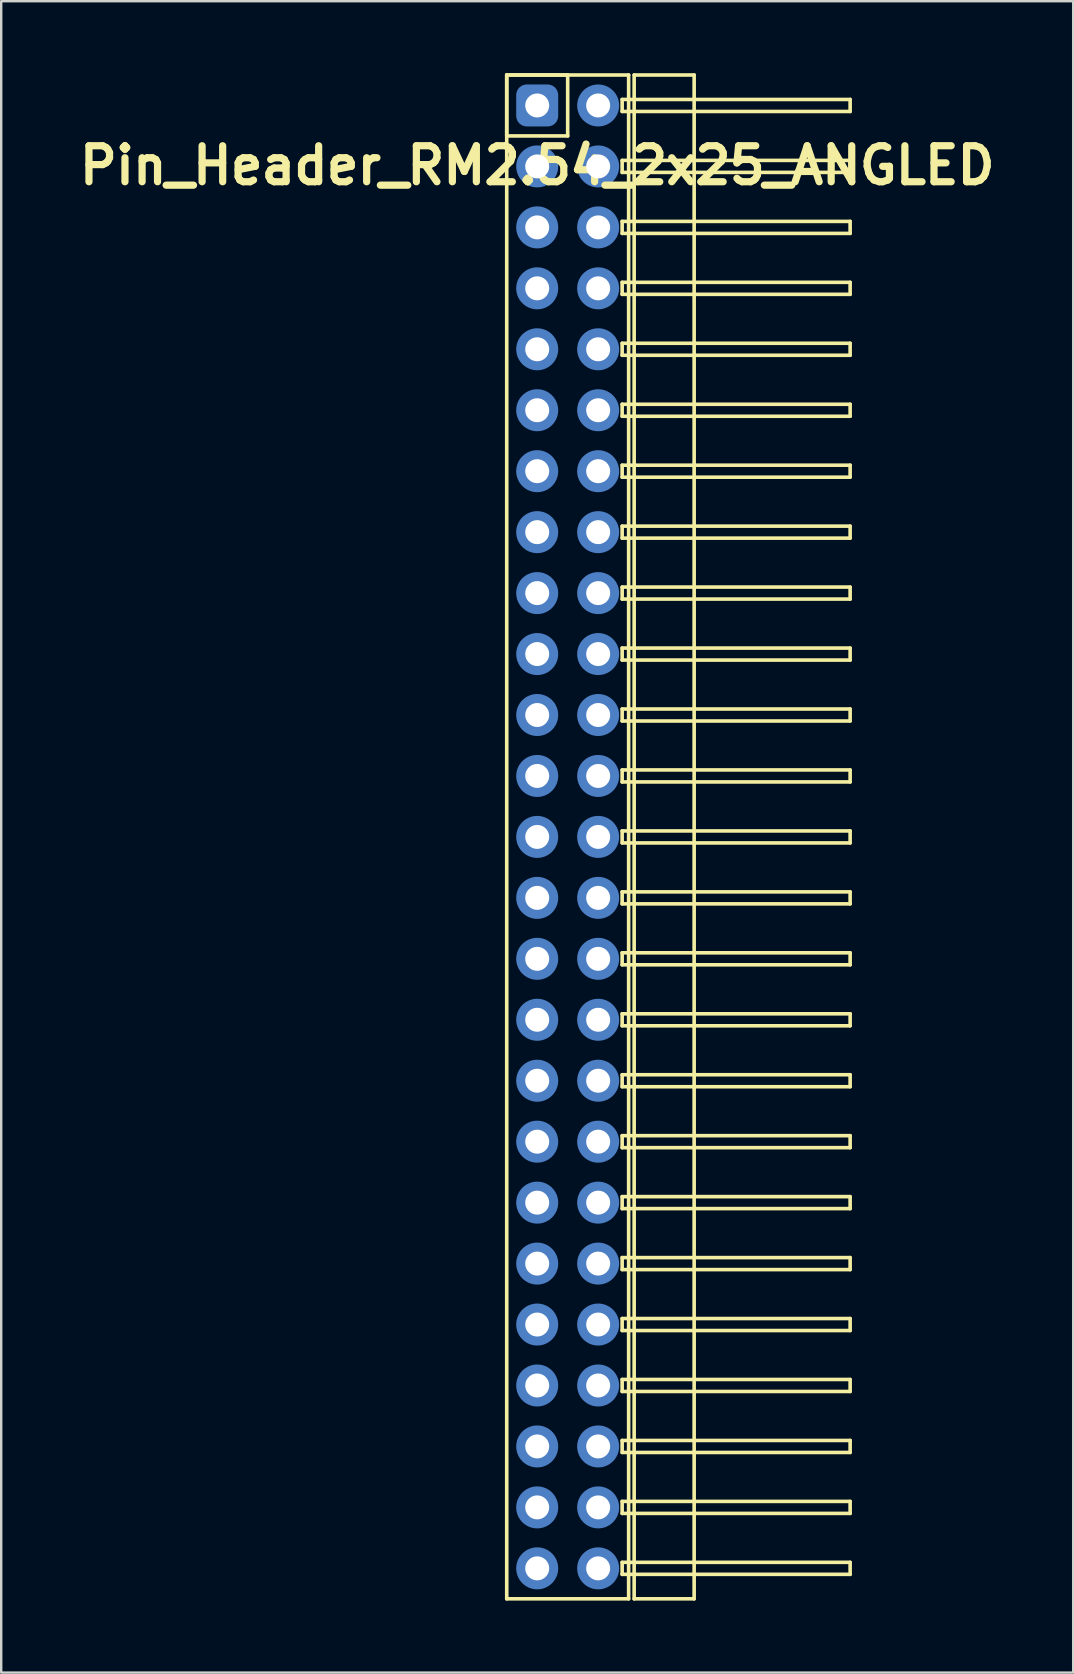
<source format=kicad_pcb>
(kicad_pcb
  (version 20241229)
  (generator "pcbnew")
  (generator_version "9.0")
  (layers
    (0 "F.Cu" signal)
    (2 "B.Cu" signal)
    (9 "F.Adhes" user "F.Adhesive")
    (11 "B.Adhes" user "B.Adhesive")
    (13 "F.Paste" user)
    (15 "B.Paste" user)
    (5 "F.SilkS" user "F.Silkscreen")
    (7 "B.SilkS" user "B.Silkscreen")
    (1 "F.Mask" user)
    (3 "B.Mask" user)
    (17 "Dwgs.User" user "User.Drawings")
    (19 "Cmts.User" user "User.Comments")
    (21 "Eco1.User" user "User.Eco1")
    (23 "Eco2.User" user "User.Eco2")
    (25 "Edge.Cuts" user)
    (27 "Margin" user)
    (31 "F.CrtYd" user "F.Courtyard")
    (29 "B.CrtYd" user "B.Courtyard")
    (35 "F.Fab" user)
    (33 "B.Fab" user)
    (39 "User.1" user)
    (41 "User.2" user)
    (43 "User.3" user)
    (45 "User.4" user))
  (footprint "Pin_Header_RM2.54_2x25_ANGLED"
    (layer "F.Cu")
    (at 19.336 1.345)
    (property "Reference" "Pin_Header_RM2.54_2x25_ANGLED" (at 0 2.5 0) (layer "F.SilkS") (effects (font (size 1.5 1.5) (thickness 0.3))))
    (attr through_hole)
    (fp_line (start -1.27 -1.27) (end 1.27 -1.27) (stroke (width 0.15) (type solid)) (layer "F.SilkS"))
    (fp_line (start -1.27 -1.27) (end 3.81 -1.27) (stroke (width 0.15) (type solid)) (layer "F.SilkS"))
    (fp_line (start -1.27 1.27) (end -1.27 -1.27) (stroke (width 0.15) (type solid)) (layer "F.SilkS"))
    (fp_line (start -1.27 62.23) (end -1.27 -1.27) (stroke (width 0.15) (type solid)) (layer "F.SilkS"))
    (fp_line (start 1.27 -1.27) (end 1.27 1.27) (stroke (width 0.15) (type solid)) (layer "F.SilkS"))
    (fp_line (start 1.27 1.27) (end -1.27 1.27) (stroke (width 0.15) (type solid)) (layer "F.SilkS"))
    (fp_line (start 3.54 -0.25) (end 13.04 -0.25) (stroke (width 0.15) (type solid)) (layer "F.SilkS"))
    (fp_line (start 3.54 0.25) (end 3.54 -0.25) (stroke (width 0.15) (type solid)) (layer "F.SilkS"))
    (fp_line (start 3.54 2.29) (end 13.04 2.29) (stroke (width 0.15) (type solid)) (layer "F.SilkS"))
    (fp_line (start 3.54 2.79) (end 3.54 2.29) (stroke (width 0.15) (type solid)) (layer "F.SilkS"))
    (fp_line (start 3.54 4.83) (end 13.04 4.83) (stroke (width 0.15) (type solid)) (layer "F.SilkS"))
    (fp_line (start 3.54 5.33) (end 3.54 4.83) (stroke (width 0.15) (type solid)) (layer "F.SilkS"))
    (fp_line (start 3.54 7.37) (end 13.04 7.37) (stroke (width 0.15) (type solid)) (layer "F.SilkS"))
    (fp_line (start 3.54 7.87) (end 3.54 7.37) (stroke (width 0.15) (type solid)) (layer "F.SilkS"))
    (fp_line (start 3.54 9.91) (end 13.04 9.91) (stroke (width 0.15) (type solid)) (layer "F.SilkS"))
    (fp_line (start 3.54 10.41) (end 3.54 9.91) (stroke (width 0.15) (type solid)) (layer "F.SilkS"))
    (fp_line (start 3.54 12.45) (end 13.04 12.45) (stroke (width 0.15) (type solid)) (layer "F.SilkS"))
    (fp_line (start 3.54 12.95) (end 3.54 12.45) (stroke (width 0.15) (type solid)) (layer "F.SilkS"))
    (fp_line (start 3.54 14.99) (end 13.04 14.99) (stroke (width 0.15) (type solid)) (layer "F.SilkS"))
    (fp_line (start 3.54 15.49) (end 3.54 14.99) (stroke (width 0.15) (type solid)) (layer "F.SilkS"))
    (fp_line (start 3.54 17.53) (end 13.04 17.53) (stroke (width 0.15) (type solid)) (layer "F.SilkS"))
    (fp_line (start 3.54 18.03) (end 3.54 17.53) (stroke (width 0.15) (type solid)) (layer "F.SilkS"))
    (fp_line (start 3.54 20.07) (end 13.04 20.07) (stroke (width 0.15) (type solid)) (layer "F.SilkS"))
    (fp_line (start 3.54 20.57) (end 3.54 20.07) (stroke (width 0.15) (type solid)) (layer "F.SilkS"))
    (fp_line (start 3.54 22.61) (end 13.04 22.61) (stroke (width 0.15) (type solid)) (layer "F.SilkS"))
    (fp_line (start 3.54 23.11) (end 3.54 22.61) (stroke (width 0.15) (type solid)) (layer "F.SilkS"))
    (fp_line (start 3.54 25.15) (end 13.04 25.15) (stroke (width 0.15) (type solid)) (layer "F.SilkS"))
    (fp_line (start 3.54 25.65) (end 3.54 25.15) (stroke (width 0.15) (type solid)) (layer "F.SilkS"))
    (fp_line (start 3.54 27.69) (end 13.04 27.69) (stroke (width 0.15) (type solid)) (layer "F.SilkS"))
    (fp_line (start 3.54 28.19) (end 3.54 27.69) (stroke (width 0.15) (type solid)) (layer "F.SilkS"))
    (fp_line (start 3.54 30.23) (end 13.04 30.23) (stroke (width 0.15) (type solid)) (layer "F.SilkS"))
    (fp_line (start 3.54 30.73) (end 3.54 30.23) (stroke (width 0.15) (type solid)) (layer "F.SilkS"))
    (fp_line (start 3.54 32.77) (end 13.04 32.77) (stroke (width 0.15) (type solid)) (layer "F.SilkS"))
    (fp_line (start 3.54 33.27) (end 3.54 32.77) (stroke (width 0.15) (type solid)) (layer "F.SilkS"))
    (fp_line (start 3.54 35.31) (end 13.04 35.31) (stroke (width 0.15) (type solid)) (layer "F.SilkS"))
    (fp_line (start 3.54 35.81) (end 3.54 35.31) (stroke (width 0.15) (type solid)) (layer "F.SilkS"))
    (fp_line (start 3.54 37.85) (end 13.04 37.85) (stroke (width 0.15) (type solid)) (layer "F.SilkS"))
    (fp_line (start 3.54 38.35) (end 3.54 37.85) (stroke (width 0.15) (type solid)) (layer "F.SilkS"))
    (fp_line (start 3.54 40.39) (end 13.04 40.39) (stroke (width 0.15) (type solid)) (layer "F.SilkS"))
    (fp_line (start 3.54 40.89) (end 3.54 40.39) (stroke (width 0.15) (type solid)) (layer "F.SilkS"))
    (fp_line (start 3.54 42.93) (end 13.04 42.93) (stroke (width 0.15) (type solid)) (layer "F.SilkS"))
    (fp_line (start 3.54 43.43) (end 3.54 42.93) (stroke (width 0.15) (type solid)) (layer "F.SilkS"))
    (fp_line (start 3.54 45.47) (end 13.04 45.47) (stroke (width 0.15) (type solid)) (layer "F.SilkS"))
    (fp_line (start 3.54 45.97) (end 3.54 45.47) (stroke (width 0.15) (type solid)) (layer "F.SilkS"))
    (fp_line (start 3.54 48.01) (end 13.04 48.01) (stroke (width 0.15) (type solid)) (layer "F.SilkS"))
    (fp_line (start 3.54 48.51) (end 3.54 48.01) (stroke (width 0.15) (type solid)) (layer "F.SilkS"))
    (fp_line (start 3.54 50.55) (end 13.04 50.55) (stroke (width 0.15) (type solid)) (layer "F.SilkS"))
    (fp_line (start 3.54 51.05) (end 3.54 50.55) (stroke (width 0.15) (type solid)) (layer "F.SilkS"))
    (fp_line (start 3.54 53.09) (end 13.04 53.09) (stroke (width 0.15) (type solid)) (layer "F.SilkS"))
    (fp_line (start 3.54 53.59) (end 3.54 53.09) (stroke (width 0.15) (type solid)) (layer "F.SilkS"))
    (fp_line (start 3.54 55.63) (end 13.04 55.63) (stroke (width 0.15) (type solid)) (layer "F.SilkS"))
    (fp_line (start 3.54 56.13) (end 3.54 55.63) (stroke (width 0.15) (type solid)) (layer "F.SilkS"))
    (fp_line (start 3.54 58.17) (end 13.04 58.17) (stroke (width 0.15) (type solid)) (layer "F.SilkS"))
    (fp_line (start 3.54 58.67) (end 3.54 58.17) (stroke (width 0.15) (type solid)) (layer "F.SilkS"))
    (fp_line (start 3.54 60.71) (end 13.04 60.71) (stroke (width 0.15) (type solid)) (layer "F.SilkS"))
    (fp_line (start 3.54 61.21) (end 3.54 60.71) (stroke (width 0.15) (type solid)) (layer "F.SilkS"))
    (fp_line (start 3.81 -1.27) (end 3.81 62.23) (stroke (width 0.15) (type solid)) (layer "F.SilkS"))
    (fp_line (start 3.81 62.23) (end -1.27 62.23) (stroke (width 0.15) (type solid)) (layer "F.SilkS"))
    (fp_line (start 4.04 -1.27) (end 6.54 -1.27) (stroke (width 0.15) (type solid)) (layer "F.SilkS"))
    (fp_line (start 4.04 62.23) (end 4.04 -1.27) (stroke (width 0.15) (type solid)) (layer "F.SilkS"))
    (fp_line (start 6.54 -1.27) (end 6.54 62.23) (stroke (width 0.15) (type solid)) (layer "F.SilkS"))
    (fp_line (start 6.54 62.23) (end 4.04 62.23) (stroke (width 0.15) (type solid)) (layer "F.SilkS"))
    (fp_line (start 13.04 -0.25) (end 13.04 0.25) (stroke (width 0.15) (type solid)) (layer "F.SilkS"))
    (fp_line (start 13.04 0.25) (end 3.54 0.25) (stroke (width 0.15) (type solid)) (layer "F.SilkS"))
    (fp_line (start 13.04 2.29) (end 13.04 2.79) (stroke (width 0.15) (type solid)) (layer "F.SilkS"))
    (fp_line (start 13.04 2.79) (end 3.54 2.79) (stroke (width 0.15) (type solid)) (layer "F.SilkS"))
    (fp_line (start 13.04 4.83) (end 13.04 5.33) (stroke (width 0.15) (type solid)) (layer "F.SilkS"))
    (fp_line (start 13.04 5.33) (end 3.54 5.33) (stroke (width 0.15) (type solid)) (layer "F.SilkS"))
    (fp_line (start 13.04 7.37) (end 13.04 7.87) (stroke (width 0.15) (type solid)) (layer "F.SilkS"))
    (fp_line (start 13.04 7.87) (end 3.54 7.87) (stroke (width 0.15) (type solid)) (layer "F.SilkS"))
    (fp_line (start 13.04 9.91) (end 13.04 10.41) (stroke (width 0.15) (type solid)) (layer "F.SilkS"))
    (fp_line (start 13.04 10.41) (end 3.54 10.41) (stroke (width 0.15) (type solid)) (layer "F.SilkS"))
    (fp_line (start 13.04 12.45) (end 13.04 12.95) (stroke (width 0.15) (type solid)) (layer "F.SilkS"))
    (fp_line (start 13.04 12.95) (end 3.54 12.95) (stroke (width 0.15) (type solid)) (layer "F.SilkS"))
    (fp_line (start 13.04 14.99) (end 13.04 15.49) (stroke (width 0.15) (type solid)) (layer "F.SilkS"))
    (fp_line (start 13.04 15.49) (end 3.54 15.49) (stroke (width 0.15) (type solid)) (layer "F.SilkS"))
    (fp_line (start 13.04 17.53) (end 13.04 18.03) (stroke (width 0.15) (type solid)) (layer "F.SilkS"))
    (fp_line (start 13.04 18.03) (end 3.54 18.03) (stroke (width 0.15) (type solid)) (layer "F.SilkS"))
    (fp_line (start 13.04 20.07) (end 13.04 20.57) (stroke (width 0.15) (type solid)) (layer "F.SilkS"))
    (fp_line (start 13.04 20.57) (end 3.54 20.57) (stroke (width 0.15) (type solid)) (layer "F.SilkS"))
    (fp_line (start 13.04 22.61) (end 13.04 23.11) (stroke (width 0.15) (type solid)) (layer "F.SilkS"))
    (fp_line (start 13.04 23.11) (end 3.54 23.11) (stroke (width 0.15) (type solid)) (layer "F.SilkS"))
    (fp_line (start 13.04 25.15) (end 13.04 25.65) (stroke (width 0.15) (type solid)) (layer "F.SilkS"))
    (fp_line (start 13.04 25.65) (end 3.54 25.65) (stroke (width 0.15) (type solid)) (layer "F.SilkS"))
    (fp_line (start 13.04 27.69) (end 13.04 28.19) (stroke (width 0.15) (type solid)) (layer "F.SilkS"))
    (fp_line (start 13.04 28.19) (end 3.54 28.19) (stroke (width 0.15) (type solid)) (layer "F.SilkS"))
    (fp_line (start 13.04 30.23) (end 13.04 30.73) (stroke (width 0.15) (type solid)) (layer "F.SilkS"))
    (fp_line (start 13.04 30.73) (end 3.54 30.73) (stroke (width 0.15) (type solid)) (layer "F.SilkS"))
    (fp_line (start 13.04 32.77) (end 13.04 33.27) (stroke (width 0.15) (type solid)) (layer "F.SilkS"))
    (fp_line (start 13.04 33.27) (end 3.54 33.27) (stroke (width 0.15) (type solid)) (layer "F.SilkS"))
    (fp_line (start 13.04 35.31) (end 13.04 35.81) (stroke (width 0.15) (type solid)) (layer "F.SilkS"))
    (fp_line (start 13.04 35.81) (end 3.54 35.81) (stroke (width 0.15) (type solid)) (layer "F.SilkS"))
    (fp_line (start 13.04 37.85) (end 13.04 38.35) (stroke (width 0.15) (type solid)) (layer "F.SilkS"))
    (fp_line (start 13.04 38.35) (end 3.54 38.35) (stroke (width 0.15) (type solid)) (layer "F.SilkS"))
    (fp_line (start 13.04 40.39) (end 13.04 40.89) (stroke (width 0.15) (type solid)) (layer "F.SilkS"))
    (fp_line (start 13.04 40.89) (end 3.54 40.89) (stroke (width 0.15) (type solid)) (layer "F.SilkS"))
    (fp_line (start 13.04 42.93) (end 13.04 43.43) (stroke (width 0.15) (type solid)) (layer "F.SilkS"))
    (fp_line (start 13.04 43.43) (end 3.54 43.43) (stroke (width 0.15) (type solid)) (layer "F.SilkS"))
    (fp_line (start 13.04 45.47) (end 13.04 45.97) (stroke (width 0.15) (type solid)) (layer "F.SilkS"))
    (fp_line (start 13.04 45.97) (end 3.54 45.97) (stroke (width 0.15) (type solid)) (layer "F.SilkS"))
    (fp_line (start 13.04 48.01) (end 13.04 48.51) (stroke (width 0.15) (type solid)) (layer "F.SilkS"))
    (fp_line (start 13.04 48.51) (end 3.54 48.51) (stroke (width 0.15) (type solid)) (layer "F.SilkS"))
    (fp_line (start 13.04 50.55) (end 13.04 51.05) (stroke (width 0.15) (type solid)) (layer "F.SilkS"))
    (fp_line (start 13.04 51.05) (end 3.54 51.05) (stroke (width 0.15) (type solid)) (layer "F.SilkS"))
    (fp_line (start 13.04 53.09) (end 13.04 53.59) (stroke (width 0.15) (type solid)) (layer "F.SilkS"))
    (fp_line (start 13.04 53.59) (end 3.54 53.59) (stroke (width 0.15) (type solid)) (layer "F.SilkS"))
    (fp_line (start 13.04 55.63) (end 13.04 56.13) (stroke (width 0.15) (type solid)) (layer "F.SilkS"))
    (fp_line (start 13.04 56.13) (end 3.54 56.13) (stroke (width 0.15) (type solid)) (layer "F.SilkS"))
    (fp_line (start 13.04 58.17) (end 13.04 58.67) (stroke (width 0.15) (type solid)) (layer "F.SilkS"))
    (fp_line (start 13.04 58.67) (end 3.54 58.67) (stroke (width 0.15) (type solid)) (layer "F.SilkS"))
    (fp_line (start 13.04 60.71) (end 13.04 61.21) (stroke (width 0.15) (type solid)) (layer "F.SilkS"))
    (fp_line (start 13.04 61.21) (end 3.54 61.21) (stroke (width 0.15) (type solid)) (layer "F.SilkS"))
    (pad "1" thru_hole circle (at 0 0) (size 1.3 1.3) (drill 1) (layers "*.Cu" "*.Mask"))
    (pad "1" smd roundrect (at 0 0) (size 1.5 1.5) (layers "F.Cu" "F.Mask") (roundrect_rratio 0.25))
    (pad "1" smd roundrect (at 0 0) (size 1.75 1.75) (layers "B.Cu" "B.Mask") (roundrect_rratio 0.25))
    (pad "2" thru_hole circle (at 2.54 0) (size 1.3 1.3) (drill 1) (layers "*.Cu" "*.Mask"))
    (pad "2" smd circle (at 2.54 0) (size 1.5 1.5) (layers "F.Cu" "F.Mask"))
    (pad "2" smd circle (at 2.54 0) (size 1.75 1.75) (layers "B.Cu" "B.Mask"))
    (pad "3" thru_hole circle (at 0 2.54) (size 1.3 1.3) (drill 1) (layers "*.Cu" "*.Mask"))
    (pad "3" smd circle (at 0 2.54) (size 1.5 1.5) (layers "F.Cu" "F.Mask"))
    (pad "3" smd circle (at 0 2.54) (size 1.75 1.75) (layers "B.Cu" "B.Mask"))
    (pad "4" thru_hole circle (at 2.54 2.54) (size 1.3 1.3) (drill 1) (layers "*.Cu" "*.Mask"))
    (pad "4" smd circle (at 2.54 2.54) (size 1.5 1.5) (layers "F.Cu" "F.Mask"))
    (pad "4" smd circle (at 2.54 2.54) (size 1.75 1.75) (layers "B.Cu" "B.Mask"))
    (pad "5" thru_hole circle (at 0 5.08) (size 1.3 1.3) (drill 1) (layers "*.Cu" "*.Mask"))
    (pad "5" smd circle (at 0 5.08) (size 1.5 1.5) (layers "F.Cu" "F.Mask"))
    (pad "5" smd circle (at 0 5.08) (size 1.75 1.75) (layers "B.Cu" "B.Mask"))
    (pad "6" thru_hole circle (at 2.54 5.08) (size 1.3 1.3) (drill 1) (layers "*.Cu" "*.Mask"))
    (pad "6" smd circle (at 2.54 5.08) (size 1.5 1.5) (layers "F.Cu" "F.Mask"))
    (pad "6" smd circle (at 2.54 5.08) (size 1.75 1.75) (layers "B.Cu" "B.Mask"))
    (pad "7" thru_hole circle (at 0 7.62) (size 1.3 1.3) (drill 1) (layers "*.Cu" "*.Mask"))
    (pad "7" smd circle (at 0 7.62) (size 1.5 1.5) (layers "F.Cu" "F.Mask"))
    (pad "7" smd circle (at 0 7.62) (size 1.75 1.75) (layers "B.Cu" "B.Mask"))
    (pad "8" thru_hole circle (at 2.54 7.62) (size 1.3 1.3) (drill 1) (layers "*.Cu" "*.Mask"))
    (pad "8" smd circle (at 2.54 7.62) (size 1.5 1.5) (layers "F.Cu" "F.Mask"))
    (pad "8" smd circle (at 2.54 7.62) (size 1.75 1.75) (layers "B.Cu" "B.Mask"))
    (pad "9" thru_hole circle (at 0 10.16) (size 1.3 1.3) (drill 1) (layers "*.Cu" "*.Mask"))
    (pad "9" smd circle (at 0 10.16) (size 1.5 1.5) (layers "F.Cu" "F.Mask"))
    (pad "9" smd circle (at 0 10.16) (size 1.75 1.75) (layers "B.Cu" "B.Mask"))
    (pad "10" thru_hole circle (at 2.54 10.16) (size 1.3 1.3) (drill 1) (layers "*.Cu" "*.Mask"))
    (pad "10" smd circle (at 2.54 10.16) (size 1.5 1.5) (layers "F.Cu" "F.Mask"))
    (pad "10" smd circle (at 2.54 10.16) (size 1.75 1.75) (layers "B.Cu" "B.Mask"))
    (pad "11" thru_hole circle (at 0 12.7) (size 1.3 1.3) (drill 1) (layers "*.Cu" "*.Mask"))
    (pad "11" smd circle (at 0 12.7) (size 1.5 1.5) (layers "F.Cu" "F.Mask"))
    (pad "11" smd circle (at 0 12.7) (size 1.75 1.75) (layers "B.Cu" "B.Mask"))
    (pad "12" thru_hole circle (at 2.54 12.7) (size 1.3 1.3) (drill 1) (layers "*.Cu" "*.Mask"))
    (pad "12" smd circle (at 2.54 12.7) (size 1.5 1.5) (layers "F.Cu" "F.Mask"))
    (pad "12" smd circle (at 2.54 12.7) (size 1.75 1.75) (layers "B.Cu" "B.Mask"))
    (pad "13" thru_hole circle (at 0 15.24) (size 1.3 1.3) (drill 1) (layers "*.Cu" "*.Mask"))
    (pad "13" smd circle (at 0 15.24) (size 1.5 1.5) (layers "F.Cu" "F.Mask"))
    (pad "13" smd circle (at 0 15.24) (size 1.75 1.75) (layers "B.Cu" "B.Mask"))
    (pad "14" thru_hole circle (at 2.54 15.24) (size 1.3 1.3) (drill 1) (layers "*.Cu" "*.Mask"))
    (pad "14" smd circle (at 2.54 15.24) (size 1.5 1.5) (layers "F.Cu" "F.Mask"))
    (pad "14" smd circle (at 2.54 15.24) (size 1.75 1.75) (layers "B.Cu" "B.Mask"))
    (pad "15" thru_hole circle (at 0 17.78) (size 1.3 1.3) (drill 1) (layers "*.Cu" "*.Mask"))
    (pad "15" smd circle (at 0 17.78) (size 1.5 1.5) (layers "F.Cu" "F.Mask"))
    (pad "15" smd circle (at 0 17.78) (size 1.75 1.75) (layers "B.Cu" "B.Mask"))
    (pad "16" thru_hole circle (at 2.54 17.78) (size 1.3 1.3) (drill 1) (layers "*.Cu" "*.Mask"))
    (pad "16" smd circle (at 2.54 17.78) (size 1.5 1.5) (layers "F.Cu" "F.Mask"))
    (pad "16" smd circle (at 2.54 17.78) (size 1.75 1.75) (layers "B.Cu" "B.Mask"))
    (pad "17" thru_hole circle (at 0 20.32) (size 1.3 1.3) (drill 1) (layers "*.Cu" "*.Mask"))
    (pad "17" smd circle (at 0 20.32) (size 1.5 1.5) (layers "F.Cu" "F.Mask"))
    (pad "17" smd circle (at 0 20.32) (size 1.75 1.75) (layers "B.Cu" "B.Mask"))
    (pad "18" thru_hole circle (at 2.54 20.32) (size 1.3 1.3) (drill 1) (layers "*.Cu" "*.Mask"))
    (pad "18" smd circle (at 2.54 20.32) (size 1.5 1.5) (layers "F.Cu" "F.Mask"))
    (pad "18" smd circle (at 2.54 20.32) (size 1.75 1.75) (layers "B.Cu" "B.Mask"))
    (pad "19" thru_hole circle (at 0 22.86) (size 1.3 1.3) (drill 1) (layers "*.Cu" "*.Mask"))
    (pad "19" smd circle (at 0 22.86) (size 1.5 1.5) (layers "F.Cu" "F.Mask"))
    (pad "19" smd circle (at 0 22.86) (size 1.75 1.75) (layers "B.Cu" "B.Mask"))
    (pad "20" thru_hole circle (at 2.54 22.86) (size 1.3 1.3) (drill 1) (layers "*.Cu" "*.Mask"))
    (pad "20" smd circle (at 2.54 22.86) (size 1.5 1.5) (layers "F.Cu" "F.Mask"))
    (pad "20" smd circle (at 2.54 22.86) (size 1.75 1.75) (layers "B.Cu" "B.Mask"))
    (pad "21" thru_hole circle (at 0 25.4) (size 1.3 1.3) (drill 1) (layers "*.Cu" "*.Mask"))
    (pad "21" smd circle (at 0 25.4) (size 1.5 1.5) (layers "F.Cu" "F.Mask"))
    (pad "21" smd circle (at 0 25.4) (size 1.75 1.75) (layers "B.Cu" "B.Mask"))
    (pad "22" thru_hole circle (at 2.54 25.4) (size 1.3 1.3) (drill 1) (layers "*.Cu" "*.Mask"))
    (pad "22" smd circle (at 2.54 25.4) (size 1.5 1.5) (layers "F.Cu" "F.Mask"))
    (pad "22" smd circle (at 2.54 25.4) (size 1.75 1.75) (layers "B.Cu" "B.Mask"))
    (pad "23" thru_hole circle (at 0 27.94) (size 1.3 1.3) (drill 1) (layers "*.Cu" "*.Mask"))
    (pad "23" smd circle (at 0 27.94) (size 1.5 1.5) (layers "F.Cu" "F.Mask"))
    (pad "23" smd circle (at 0 27.94) (size 1.75 1.75) (layers "B.Cu" "B.Mask"))
    (pad "24" thru_hole circle (at 2.54 27.94) (size 1.3 1.3) (drill 1) (layers "*.Cu" "*.Mask"))
    (pad "24" smd circle (at 2.54 27.94) (size 1.5 1.5) (layers "F.Cu" "F.Mask"))
    (pad "24" smd circle (at 2.54 27.94) (size 1.75 1.75) (layers "B.Cu" "B.Mask"))
    (pad "25" thru_hole circle (at 0 30.48) (size 1.3 1.3) (drill 1) (layers "*.Cu" "*.Mask"))
    (pad "25" smd circle (at 0 30.48) (size 1.5 1.5) (layers "F.Cu" "F.Mask"))
    (pad "25" smd circle (at 0 30.48) (size 1.75 1.75) (layers "B.Cu" "B.Mask"))
    (pad "26" thru_hole circle (at 2.54 30.48) (size 1.3 1.3) (drill 1) (layers "*.Cu" "*.Mask"))
    (pad "26" smd circle (at 2.54 30.48) (size 1.5 1.5) (layers "F.Cu" "F.Mask"))
    (pad "26" smd circle (at 2.54 30.48) (size 1.75 1.75) (layers "B.Cu" "B.Mask"))
    (pad "27" thru_hole circle (at 0 33.02) (size 1.3 1.3) (drill 1) (layers "*.Cu" "*.Mask"))
    (pad "27" smd circle (at 0 33.02) (size 1.5 1.5) (layers "F.Cu" "F.Mask"))
    (pad "27" smd circle (at 0 33.02) (size 1.75 1.75) (layers "B.Cu" "B.Mask"))
    (pad "28" thru_hole circle (at 2.54 33.02) (size 1.3 1.3) (drill 1) (layers "*.Cu" "*.Mask"))
    (pad "28" smd circle (at 2.54 33.02) (size 1.5 1.5) (layers "F.Cu" "F.Mask"))
    (pad "28" smd circle (at 2.54 33.02) (size 1.75 1.75) (layers "B.Cu" "B.Mask"))
    (pad "29" thru_hole circle (at 0 35.56) (size 1.3 1.3) (drill 1) (layers "*.Cu" "*.Mask"))
    (pad "29" smd circle (at 0 35.56) (size 1.5 1.5) (layers "F.Cu" "F.Mask"))
    (pad "29" smd circle (at 0 35.56) (size 1.75 1.75) (layers "B.Cu" "B.Mask"))
    (pad "30" thru_hole circle (at 2.54 35.56) (size 1.3 1.3) (drill 1) (layers "*.Cu" "*.Mask"))
    (pad "30" smd circle (at 2.54 35.56) (size 1.5 1.5) (layers "F.Cu" "F.Mask"))
    (pad "30" smd circle (at 2.54 35.56) (size 1.75 1.75) (layers "B.Cu" "B.Mask"))
    (pad "31" thru_hole circle (at 0 38.1) (size 1.3 1.3) (drill 1) (layers "*.Cu" "*.Mask"))
    (pad "31" smd circle (at 0 38.1) (size 1.5 1.5) (layers "F.Cu" "F.Mask"))
    (pad "31" smd circle (at 0 38.1) (size 1.75 1.75) (layers "B.Cu" "B.Mask"))
    (pad "32" thru_hole circle (at 2.54 38.1) (size 1.3 1.3) (drill 1) (layers "*.Cu" "*.Mask"))
    (pad "32" smd circle (at 2.54 38.1) (size 1.5 1.5) (layers "F.Cu" "F.Mask"))
    (pad "32" smd circle (at 2.54 38.1) (size 1.75 1.75) (layers "B.Cu" "B.Mask"))
    (pad "33" thru_hole circle (at 0 40.64) (size 1.3 1.3) (drill 1) (layers "*.Cu" "*.Mask"))
    (pad "33" smd circle (at 0 40.64) (size 1.5 1.5) (layers "F.Cu" "F.Mask"))
    (pad "33" smd circle (at 0 40.64) (size 1.75 1.75) (layers "B.Cu" "B.Mask"))
    (pad "34" thru_hole circle (at 2.54 40.64) (size 1.3 1.3) (drill 1) (layers "*.Cu" "*.Mask"))
    (pad "34" smd circle (at 2.54 40.64) (size 1.5 1.5) (layers "F.Cu" "F.Mask"))
    (pad "34" smd circle (at 2.54 40.64) (size 1.75 1.75) (layers "B.Cu" "B.Mask"))
    (pad "35" thru_hole circle (at 0 43.18) (size 1.3 1.3) (drill 1) (layers "*.Cu" "*.Mask"))
    (pad "35" smd circle (at 0 43.18) (size 1.5 1.5) (layers "F.Cu" "F.Mask"))
    (pad "35" smd circle (at 0 43.18) (size 1.75 1.75) (layers "B.Cu" "B.Mask"))
    (pad "36" thru_hole circle (at 2.54 43.18) (size 1.3 1.3) (drill 1) (layers "*.Cu" "*.Mask"))
    (pad "36" smd circle (at 2.54 43.18) (size 1.5 1.5) (layers "F.Cu" "F.Mask"))
    (pad "36" smd circle (at 2.54 43.18) (size 1.75 1.75) (layers "B.Cu" "B.Mask"))
    (pad "37" thru_hole circle (at 0 45.72) (size 1.3 1.3) (drill 1) (layers "*.Cu" "*.Mask"))
    (pad "37" smd circle (at 0 45.72) (size 1.5 1.5) (layers "F.Cu" "F.Mask"))
    (pad "37" smd circle (at 0 45.72) (size 1.75 1.75) (layers "B.Cu" "B.Mask"))
    (pad "38" thru_hole circle (at 2.54 45.72) (size 1.3 1.3) (drill 1) (layers "*.Cu" "*.Mask"))
    (pad "38" smd circle (at 2.54 45.72) (size 1.5 1.5) (layers "F.Cu" "F.Mask"))
    (pad "38" smd circle (at 2.54 45.72) (size 1.75 1.75) (layers "B.Cu" "B.Mask"))
    (pad "39" thru_hole circle (at 0 48.26) (size 1.3 1.3) (drill 1) (layers "*.Cu" "*.Mask"))
    (pad "39" smd circle (at 0 48.26) (size 1.5 1.5) (layers "F.Cu" "F.Mask"))
    (pad "39" smd circle (at 0 48.26) (size 1.75 1.75) (layers "B.Cu" "B.Mask"))
    (pad "40" thru_hole circle (at 2.54 48.26) (size 1.3 1.3) (drill 1) (layers "*.Cu" "*.Mask"))
    (pad "40" smd circle (at 2.54 48.26) (size 1.5 1.5) (layers "F.Cu" "F.Mask"))
    (pad "40" smd circle (at 2.54 48.26) (size 1.75 1.75) (layers "B.Cu" "B.Mask"))
    (pad "41" thru_hole circle (at 0 50.8) (size 1.3 1.3) (drill 1) (layers "*.Cu" "*.Mask"))
    (pad "41" smd circle (at 0 50.8) (size 1.5 1.5) (layers "F.Cu" "F.Mask"))
    (pad "41" smd circle (at 0 50.8) (size 1.75 1.75) (layers "B.Cu" "B.Mask"))
    (pad "42" thru_hole circle (at 2.54 50.8) (size 1.3 1.3) (drill 1) (layers "*.Cu" "*.Mask"))
    (pad "42" smd circle (at 2.54 50.8) (size 1.5 1.5) (layers "F.Cu" "F.Mask"))
    (pad "42" smd circle (at 2.54 50.8) (size 1.75 1.75) (layers "B.Cu" "B.Mask"))
    (pad "43" thru_hole circle (at 0 53.34) (size 1.3 1.3) (drill 1) (layers "*.Cu" "*.Mask"))
    (pad "43" smd circle (at 0 53.34) (size 1.5 1.5) (layers "F.Cu" "F.Mask"))
    (pad "43" smd circle (at 0 53.34) (size 1.75 1.75) (layers "B.Cu" "B.Mask"))
    (pad "44" thru_hole circle (at 2.54 53.34) (size 1.3 1.3) (drill 1) (layers "*.Cu" "*.Mask"))
    (pad "44" smd circle (at 2.54 53.34) (size 1.5 1.5) (layers "F.Cu" "F.Mask"))
    (pad "44" smd circle (at 2.54 53.34) (size 1.75 1.75) (layers "B.Cu" "B.Mask"))
    (pad "45" thru_hole circle (at 0 55.88) (size 1.3 1.3) (drill 1) (layers "*.Cu" "*.Mask"))
    (pad "45" smd circle (at 0 55.88) (size 1.5 1.5) (layers "F.Cu" "F.Mask"))
    (pad "45" smd circle (at 0 55.88) (size 1.75 1.75) (layers "B.Cu" "B.Mask"))
    (pad "46" thru_hole circle (at 2.54 55.88) (size 1.3 1.3) (drill 1) (layers "*.Cu" "*.Mask"))
    (pad "46" smd circle (at 2.54 55.88) (size 1.5 1.5) (layers "F.Cu" "F.Mask"))
    (pad "46" smd circle (at 2.54 55.88) (size 1.75 1.75) (layers "B.Cu" "B.Mask"))
    (pad "47" thru_hole circle (at 0 58.42) (size 1.3 1.3) (drill 1) (layers "*.Cu" "*.Mask"))
    (pad "47" smd circle (at 0 58.42) (size 1.5 1.5) (layers "F.Cu" "F.Mask"))
    (pad "47" smd circle (at 0 58.42) (size 1.75 1.75) (layers "B.Cu" "B.Mask"))
    (pad "48" thru_hole circle (at 2.54 58.42) (size 1.3 1.3) (drill 1) (layers "*.Cu" "*.Mask"))
    (pad "48" smd circle (at 2.54 58.42) (size 1.5 1.5) (layers "F.Cu" "F.Mask"))
    (pad "48" smd circle (at 2.54 58.42) (size 1.75 1.75) (layers "B.Cu" "B.Mask"))
    (pad "49" thru_hole circle (at 0 60.96) (size 1.3 1.3) (drill 1) (layers "*.Cu" "*.Mask"))
    (pad "49" smd circle (at 0 60.96) (size 1.5 1.5) (layers "F.Cu" "F.Mask"))
    (pad "49" smd circle (at 0 60.96) (size 1.75 1.75) (layers "B.Cu" "B.Mask"))
    (pad "50" thru_hole circle (at 2.54 60.96) (size 1.3 1.3) (drill 1) (layers "*.Cu" "*.Mask"))
    (pad "50" smd circle (at 2.54 60.96) (size 1.5 1.5) (layers "F.Cu" "F.Mask"))
    (pad "50" smd circle (at 2.54 60.96) (size 1.75 1.75) (layers "B.Cu" "B.Mask")))
  (gr_rect
    (start -3 -3)
    (end 41.671 66.65)
    (stroke (width 0.1) (type default))
    (fill no)
    (layer "Edge.Cuts")))
</source>
